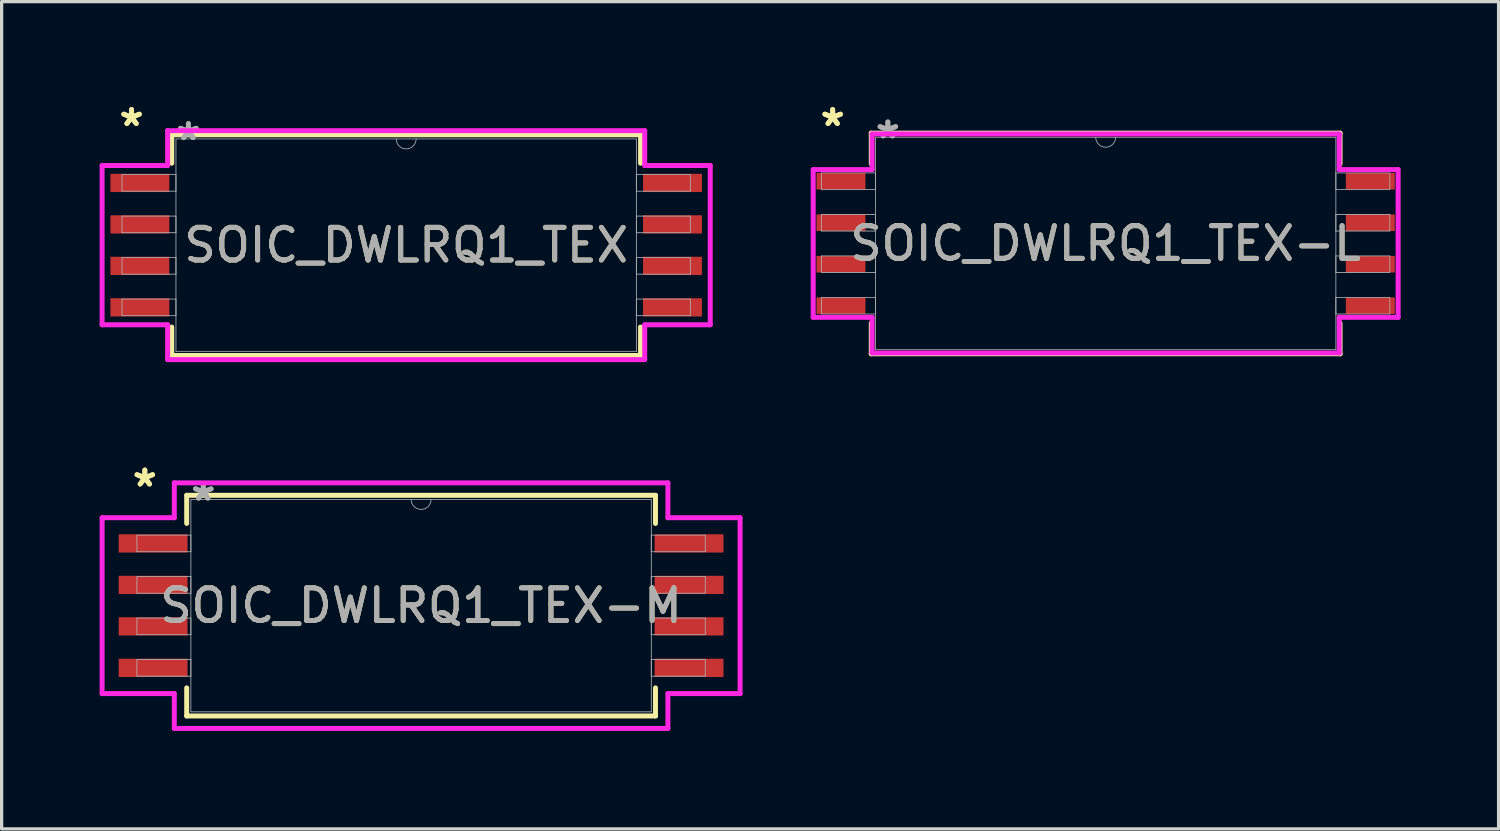
<source format=kicad_pcb>
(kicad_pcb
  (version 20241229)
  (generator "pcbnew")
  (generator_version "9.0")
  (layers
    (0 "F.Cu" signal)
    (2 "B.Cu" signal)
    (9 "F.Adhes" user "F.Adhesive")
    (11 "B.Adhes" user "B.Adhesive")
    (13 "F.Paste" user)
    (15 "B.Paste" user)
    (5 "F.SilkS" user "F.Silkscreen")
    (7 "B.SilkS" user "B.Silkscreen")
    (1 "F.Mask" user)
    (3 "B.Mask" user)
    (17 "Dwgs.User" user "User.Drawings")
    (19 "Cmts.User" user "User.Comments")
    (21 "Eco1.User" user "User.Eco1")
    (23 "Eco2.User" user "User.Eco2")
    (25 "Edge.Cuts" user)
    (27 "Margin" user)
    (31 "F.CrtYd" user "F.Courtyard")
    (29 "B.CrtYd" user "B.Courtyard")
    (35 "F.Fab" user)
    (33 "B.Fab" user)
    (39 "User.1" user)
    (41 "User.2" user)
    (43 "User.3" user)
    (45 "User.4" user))
  (footprint "SOIC_DWLRQ1_TEX-L"
    (layer "F.Cu")
    (at 30.8 4.404)
    (property "Reference" "SOIC_DWLRQ1_TEX-L" (at 0 0 0) (unlocked yes) (layer "F.SilkS") (effects (font (size 1 1) (thickness 0.15))))
    (attr smd)
    (fp_line (start -7.176 -3.378) (end -7.176 -2.44) (stroke (width 0.152) (type solid)) (layer "F.SilkS"))
    (fp_line (start -7.176 2.44) (end -7.176 3.378) (stroke (width 0.152) (type solid)) (layer "F.SilkS"))
    (fp_line (start -7.176 3.378) (end 7.176 3.378) (stroke (width 0.152) (type solid)) (layer "F.SilkS"))
    (fp_line (start 7.176 -3.378) (end -7.176 -3.378) (stroke (width 0.152) (type solid)) (layer "F.SilkS"))
    (fp_line (start 7.176 -2.44) (end 7.176 -3.378) (stroke (width 0.152) (type solid)) (layer "F.SilkS"))
    (fp_line (start 7.176 3.378) (end 7.176 2.44) (stroke (width 0.152) (type solid)) (layer "F.SilkS"))
    (fp_line (start -8.954 -2.261) (end -7.15 -2.261) (stroke (width 0.152) (type solid)) (layer "F.CrtYd"))
    (fp_line (start -8.954 2.261) (end -8.954 -2.261) (stroke (width 0.152) (type solid)) (layer "F.CrtYd"))
    (fp_line (start -8.954 2.261) (end -7.15 2.261) (stroke (width 0.152) (type solid)) (layer "F.CrtYd"))
    (fp_line (start -7.15 -3.353) (end 7.15 -3.353) (stroke (width 0.152) (type solid)) (layer "F.CrtYd"))
    (fp_line (start -7.15 -2.261) (end -7.15 -3.353) (stroke (width 0.152) (type solid)) (layer "F.CrtYd"))
    (fp_line (start -7.15 3.353) (end -7.15 2.261) (stroke (width 0.152) (type solid)) (layer "F.CrtYd"))
    (fp_line (start 7.15 -3.353) (end 7.15 -2.261) (stroke (width 0.152) (type solid)) (layer "F.CrtYd"))
    (fp_line (start 7.15 2.261) (end 7.15 3.353) (stroke (width 0.152) (type solid)) (layer "F.CrtYd"))
    (fp_line (start 7.15 3.353) (end -7.15 3.353) (stroke (width 0.152) (type solid)) (layer "F.CrtYd"))
    (fp_line (start 8.954 -2.261) (end 7.15 -2.261) (stroke (width 0.152) (type solid)) (layer "F.CrtYd"))
    (fp_line (start 8.954 -2.261) (end 8.954 2.261) (stroke (width 0.152) (type solid)) (layer "F.CrtYd"))
    (fp_line (start 8.954 2.261) (end 7.15 2.261) (stroke (width 0.152) (type solid)) (layer "F.CrtYd"))
    (fp_line (start -8.7 -2.159) (end -8.7 -1.651) (stroke (width 0.025) (type solid)) (layer "F.Fab"))
    (fp_line (start -8.7 -1.651) (end -7.048 -1.651) (stroke (width 0.025) (type solid)) (layer "F.Fab"))
    (fp_line (start -8.7 -0.889) (end -8.7 -0.381) (stroke (width 0.025) (type solid)) (layer "F.Fab"))
    (fp_line (start -8.7 -0.381) (end -7.048 -0.381) (stroke (width 0.025) (type solid)) (layer "F.Fab"))
    (fp_line (start -8.7 0.381) (end -8.7 0.889) (stroke (width 0.025) (type solid)) (layer "F.Fab"))
    (fp_line (start -8.7 0.889) (end -7.048 0.889) (stroke (width 0.025) (type solid)) (layer "F.Fab"))
    (fp_line (start -8.7 1.651) (end -8.7 2.159) (stroke (width 0.025) (type solid)) (layer "F.Fab"))
    (fp_line (start -8.7 2.159) (end -7.048 2.159) (stroke (width 0.025) (type solid)) (layer "F.Fab"))
    (fp_line (start -7.048 -3.251) (end -7.048 3.251) (stroke (width 0.025) (type solid)) (layer "F.Fab"))
    (fp_line (start -7.048 -2.159) (end -8.7 -2.159) (stroke (width 0.025) (type solid)) (layer "F.Fab"))
    (fp_line (start -7.048 -1.651) (end -7.048 -2.159) (stroke (width 0.025) (type solid)) (layer "F.Fab"))
    (fp_line (start -7.048 -0.889) (end -8.7 -0.889) (stroke (width 0.025) (type solid)) (layer "F.Fab"))
    (fp_line (start -7.048 -0.381) (end -7.048 -0.889) (stroke (width 0.025) (type solid)) (layer "F.Fab"))
    (fp_line (start -7.048 0.381) (end -8.7 0.381) (stroke (width 0.025) (type solid)) (layer "F.Fab"))
    (fp_line (start -7.048 0.889) (end -7.048 0.381) (stroke (width 0.025) (type solid)) (layer "F.Fab"))
    (fp_line (start -7.048 1.651) (end -8.7 1.651) (stroke (width 0.025) (type solid)) (layer "F.Fab"))
    (fp_line (start -7.048 2.159) (end -7.048 1.651) (stroke (width 0.025) (type solid)) (layer "F.Fab"))
    (fp_line (start -7.048 3.251) (end 7.048 3.251) (stroke (width 0.025) (type solid)) (layer "F.Fab"))
    (fp_line (start 7.048 -3.251) (end -7.048 -3.251) (stroke (width 0.025) (type solid)) (layer "F.Fab"))
    (fp_line (start 7.048 -2.159) (end 7.048 -1.651) (stroke (width 0.025) (type solid)) (layer "F.Fab"))
    (fp_line (start 7.048 -1.651) (end 8.7 -1.651) (stroke (width 0.025) (type solid)) (layer "F.Fab"))
    (fp_line (start 7.048 -0.889) (end 7.048 -0.381) (stroke (width 0.025) (type solid)) (layer "F.Fab"))
    (fp_line (start 7.048 -0.381) (end 8.7 -0.381) (stroke (width 0.025) (type solid)) (layer "F.Fab"))
    (fp_line (start 7.048 0.381) (end 7.048 0.889) (stroke (width 0.025) (type solid)) (layer "F.Fab"))
    (fp_line (start 7.048 0.889) (end 8.7 0.889) (stroke (width 0.025) (type solid)) (layer "F.Fab"))
    (fp_line (start 7.048 1.651) (end 7.048 2.159) (stroke (width 0.025) (type solid)) (layer "F.Fab"))
    (fp_line (start 7.048 2.159) (end 8.7 2.159) (stroke (width 0.025) (type solid)) (layer "F.Fab"))
    (fp_line (start 7.048 3.251) (end 7.048 -3.251) (stroke (width 0.025) (type solid)) (layer "F.Fab"))
    (fp_line (start 8.7 -2.159) (end 7.048 -2.159) (stroke (width 0.025) (type solid)) (layer "F.Fab"))
    (fp_line (start 8.7 -1.651) (end 8.7 -2.159) (stroke (width 0.025) (type solid)) (layer "F.Fab"))
    (fp_line (start 8.7 -0.889) (end 7.048 -0.889) (stroke (width 0.025) (type solid)) (layer "F.Fab"))
    (fp_line (start 8.7 -0.381) (end 8.7 -0.889) (stroke (width 0.025) (type solid)) (layer "F.Fab"))
    (fp_line (start 8.7 0.381) (end 7.048 0.381) (stroke (width 0.025) (type solid)) (layer "F.Fab"))
    (fp_line (start 8.7 0.889) (end 8.7 0.381) (stroke (width 0.025) (type solid)) (layer "F.Fab"))
    (fp_line (start 8.7 1.651) (end 7.048 1.651) (stroke (width 0.025) (type solid)) (layer "F.Fab"))
    (fp_line (start 8.7 2.159) (end 8.7 1.651) (stroke (width 0.025) (type solid)) (layer "F.Fab"))
    (fp_arc (start 0.3048 -3.2512) (mid 0 -2.9464) (end -0.3048 -3.2512) (stroke (width 0.0254) (type solid)) (layer "F.Fab"))
    (fp_text user "*" (at -8.357 -3.556 0) (unlocked yes) (layer "F.SilkS") (effects (font (size 1 1) (thickness 0.15))))
    (fp_text user "*" (at -8.357 -3.556 0) (layer "F.SilkS") (effects (font (size 1 1) (thickness 0.15))))
    (fp_text user "*" (at -6.668 -3.175 0) (layer "F.Fab") (effects (font (size 1 1) (thickness 0.15))))
    (fp_text user "*" (at -6.668 -3.175 0) (unlocked yes) (layer "F.Fab") (effects (font (size 1 1) (thickness 0.15))))
    (fp_text user "${REFERENCE}" (at 0 0 0) (unlocked yes) (layer "F.Fab") (effects (font (size 1 1) (thickness 0.15))))
    (pad "1" smd rect (at -8.103 -1.905) (size 1.499 0.508) (layers "F.Cu" "F.Mask" "F.Paste"))
    (pad "2" smd rect (at -8.103 -0.635) (size 1.499 0.508) (layers "F.Cu" "F.Mask" "F.Paste"))
    (pad "3" smd rect (at -8.103 0.635) (size 1.499 0.508) (layers "F.Cu" "F.Mask" "F.Paste"))
    (pad "4" smd rect (at -8.103 1.905) (size 1.499 0.508) (layers "F.Cu" "F.Mask" "F.Paste"))
    (pad "5" smd rect (at 8.103 1.905) (size 1.499 0.508) (layers "F.Cu" "F.Mask" "F.Paste"))
    (pad "6" smd rect (at 8.103 0.635) (size 1.499 0.508) (layers "F.Cu" "F.Mask" "F.Paste"))
    (pad "7" smd rect (at 8.103 -0.635) (size 1.499 0.508) (layers "F.Cu" "F.Mask" "F.Paste"))
    (pad "8" smd rect (at 8.103 -1.905) (size 1.499 0.508) (layers "F.Cu" "F.Mask" "F.Paste")))
  (footprint "SOIC_DWLRQ1_TEX-M"
    (layer "F.Cu")
    (at 9.842 15.492)
    (property "Reference" "SOIC_DWLRQ1_TEX-M" (at 0 0 0) (unlocked yes) (layer "F.SilkS") (effects (font (size 1 1) (thickness 0.15))))
    (attr smd)
    (fp_line (start -7.176 -3.378) (end -7.176 -2.517) (stroke (width 0.152) (type solid)) (layer "F.SilkS"))
    (fp_line (start -7.176 2.517) (end -7.176 3.378) (stroke (width 0.152) (type solid)) (layer "F.SilkS"))
    (fp_line (start -7.176 3.378) (end 7.176 3.378) (stroke (width 0.152) (type solid)) (layer "F.SilkS"))
    (fp_line (start 7.176 -3.378) (end -7.176 -3.378) (stroke (width 0.152) (type solid)) (layer "F.SilkS"))
    (fp_line (start 7.176 -2.517) (end 7.176 -3.378) (stroke (width 0.152) (type solid)) (layer "F.SilkS"))
    (fp_line (start 7.176 3.378) (end 7.176 2.517) (stroke (width 0.152) (type solid)) (layer "F.SilkS"))
    (fp_line (start -9.766 -2.692) (end -7.556 -2.692) (stroke (width 0.152) (type solid)) (layer "F.CrtYd"))
    (fp_line (start -9.766 2.692) (end -9.766 -2.692) (stroke (width 0.152) (type solid)) (layer "F.CrtYd"))
    (fp_line (start -9.766 2.692) (end -7.556 2.692) (stroke (width 0.152) (type solid)) (layer "F.CrtYd"))
    (fp_line (start -7.556 -3.759) (end 7.556 -3.759) (stroke (width 0.152) (type solid)) (layer "F.CrtYd"))
    (fp_line (start -7.556 -2.692) (end -7.556 -3.759) (stroke (width 0.152) (type solid)) (layer "F.CrtYd"))
    (fp_line (start -7.556 3.759) (end -7.556 2.692) (stroke (width 0.152) (type solid)) (layer "F.CrtYd"))
    (fp_line (start 7.556 -3.759) (end 7.556 -2.692) (stroke (width 0.152) (type solid)) (layer "F.CrtYd"))
    (fp_line (start 7.556 2.692) (end 7.556 3.759) (stroke (width 0.152) (type solid)) (layer "F.CrtYd"))
    (fp_line (start 7.556 3.759) (end -7.556 3.759) (stroke (width 0.152) (type solid)) (layer "F.CrtYd"))
    (fp_line (start 9.766 -2.692) (end 7.556 -2.692) (stroke (width 0.152) (type solid)) (layer "F.CrtYd"))
    (fp_line (start 9.766 -2.692) (end 9.766 2.692) (stroke (width 0.152) (type solid)) (layer "F.CrtYd"))
    (fp_line (start 9.766 2.692) (end 7.556 2.692) (stroke (width 0.152) (type solid)) (layer "F.CrtYd"))
    (fp_line (start -8.7 -2.159) (end -8.7 -1.651) (stroke (width 0.025) (type solid)) (layer "F.Fab"))
    (fp_line (start -8.7 -1.651) (end -7.048 -1.651) (stroke (width 0.025) (type solid)) (layer "F.Fab"))
    (fp_line (start -8.7 -0.889) (end -8.7 -0.381) (stroke (width 0.025) (type solid)) (layer "F.Fab"))
    (fp_line (start -8.7 -0.381) (end -7.048 -0.381) (stroke (width 0.025) (type solid)) (layer "F.Fab"))
    (fp_line (start -8.7 0.381) (end -8.7 0.889) (stroke (width 0.025) (type solid)) (layer "F.Fab"))
    (fp_line (start -8.7 0.889) (end -7.048 0.889) (stroke (width 0.025) (type solid)) (layer "F.Fab"))
    (fp_line (start -8.7 1.651) (end -8.7 2.159) (stroke (width 0.025) (type solid)) (layer "F.Fab"))
    (fp_line (start -8.7 2.159) (end -7.048 2.159) (stroke (width 0.025) (type solid)) (layer "F.Fab"))
    (fp_line (start -7.048 -3.251) (end -7.048 3.251) (stroke (width 0.025) (type solid)) (layer "F.Fab"))
    (fp_line (start -7.048 -2.159) (end -8.7 -2.159) (stroke (width 0.025) (type solid)) (layer "F.Fab"))
    (fp_line (start -7.048 -1.651) (end -7.048 -2.159) (stroke (width 0.025) (type solid)) (layer "F.Fab"))
    (fp_line (start -7.048 -0.889) (end -8.7 -0.889) (stroke (width 0.025) (type solid)) (layer "F.Fab"))
    (fp_line (start -7.048 -0.381) (end -7.048 -0.889) (stroke (width 0.025) (type solid)) (layer "F.Fab"))
    (fp_line (start -7.048 0.381) (end -8.7 0.381) (stroke (width 0.025) (type solid)) (layer "F.Fab"))
    (fp_line (start -7.048 0.889) (end -7.048 0.381) (stroke (width 0.025) (type solid)) (layer "F.Fab"))
    (fp_line (start -7.048 1.651) (end -8.7 1.651) (stroke (width 0.025) (type solid)) (layer "F.Fab"))
    (fp_line (start -7.048 2.159) (end -7.048 1.651) (stroke (width 0.025) (type solid)) (layer "F.Fab"))
    (fp_line (start -7.048 3.251) (end 7.048 3.251) (stroke (width 0.025) (type solid)) (layer "F.Fab"))
    (fp_line (start 7.048 -3.251) (end -7.048 -3.251) (stroke (width 0.025) (type solid)) (layer "F.Fab"))
    (fp_line (start 7.048 -2.159) (end 7.048 -1.651) (stroke (width 0.025) (type solid)) (layer "F.Fab"))
    (fp_line (start 7.048 -1.651) (end 8.7 -1.651) (stroke (width 0.025) (type solid)) (layer "F.Fab"))
    (fp_line (start 7.048 -0.889) (end 7.048 -0.381) (stroke (width 0.025) (type solid)) (layer "F.Fab"))
    (fp_line (start 7.048 -0.381) (end 8.7 -0.381) (stroke (width 0.025) (type solid)) (layer "F.Fab"))
    (fp_line (start 7.048 0.381) (end 7.048 0.889) (stroke (width 0.025) (type solid)) (layer "F.Fab"))
    (fp_line (start 7.048 0.889) (end 8.7 0.889) (stroke (width 0.025) (type solid)) (layer "F.Fab"))
    (fp_line (start 7.048 1.651) (end 7.048 2.159) (stroke (width 0.025) (type solid)) (layer "F.Fab"))
    (fp_line (start 7.048 2.159) (end 8.7 2.159) (stroke (width 0.025) (type solid)) (layer "F.Fab"))
    (fp_line (start 7.048 3.251) (end 7.048 -3.251) (stroke (width 0.025) (type solid)) (layer "F.Fab"))
    (fp_line (start 8.7 -2.159) (end 7.048 -2.159) (stroke (width 0.025) (type solid)) (layer "F.Fab"))
    (fp_line (start 8.7 -1.651) (end 8.7 -2.159) (stroke (width 0.025) (type solid)) (layer "F.Fab"))
    (fp_line (start 8.7 -0.889) (end 7.048 -0.889) (stroke (width 0.025) (type solid)) (layer "F.Fab"))
    (fp_line (start 8.7 -0.381) (end 8.7 -0.889) (stroke (width 0.025) (type solid)) (layer "F.Fab"))
    (fp_line (start 8.7 0.381) (end 7.048 0.381) (stroke (width 0.025) (type solid)) (layer "F.Fab"))
    (fp_line (start 8.7 0.889) (end 8.7 0.381) (stroke (width 0.025) (type solid)) (layer "F.Fab"))
    (fp_line (start 8.7 1.651) (end 7.048 1.651) (stroke (width 0.025) (type solid)) (layer "F.Fab"))
    (fp_line (start 8.7 2.159) (end 8.7 1.651) (stroke (width 0.025) (type solid)) (layer "F.Fab"))
    (fp_arc (start 0.3048 -3.2512) (mid 0 -2.9464) (end -0.3048 -3.2512) (stroke (width 0.0254) (type solid)) (layer "F.Fab"))
    (fp_text user "*" (at -8.458 -3.607 0) (layer "F.SilkS") (effects (font (size 1 1) (thickness 0.15))))
    (fp_text user "*" (at -8.458 -3.607 0) (unlocked yes) (layer "F.SilkS") (effects (font (size 1 1) (thickness 0.15))))
    (fp_text user "*" (at -6.668 -3.175 0) (unlocked yes) (layer "F.Fab") (effects (font (size 1 1) (thickness 0.15))))
    (fp_text user "${REFERENCE}" (at 0 0 0) (unlocked yes) (layer "F.Fab") (effects (font (size 1 1) (thickness 0.15))))
    (fp_text user "*" (at -6.668 -3.175 0) (layer "F.Fab") (effects (font (size 1 1) (thickness 0.15))))
    (pad "1" smd rect (at -8.204 -1.905) (size 2.108 0.559) (layers "F.Cu" "F.Mask" "F.Paste"))
    (pad "2" smd rect (at -8.204 -0.635) (size 2.108 0.559) (layers "F.Cu" "F.Mask" "F.Paste"))
    (pad "3" smd rect (at -8.204 0.635) (size 2.108 0.559) (layers "F.Cu" "F.Mask" "F.Paste"))
    (pad "4" smd rect (at -8.204 1.905) (size 2.108 0.559) (layers "F.Cu" "F.Mask" "F.Paste"))
    (pad "5" smd rect (at 8.204 1.905) (size 2.108 0.559) (layers "F.Cu" "F.Mask" "F.Paste"))
    (pad "6" smd rect (at 8.204 0.635) (size 2.108 0.559) (layers "F.Cu" "F.Mask" "F.Paste"))
    (pad "7" smd rect (at 8.204 -0.635) (size 2.108 0.559) (layers "F.Cu" "F.Mask" "F.Paste"))
    (pad "8" smd rect (at 8.204 -1.905) (size 2.108 0.559) (layers "F.Cu" "F.Mask" "F.Paste")))
  (footprint "SOIC_DWLRQ1_TEX"
    (layer "F.Cu")
    (at 9.385 4.455)
    (property "Reference" "SOIC_DWLRQ1_TEX" (at 0 0 0) (unlocked yes) (layer "F.SilkS") (effects (font (size 1 1) (thickness 0.15))))
    (attr smd)
    (fp_line (start -7.176 -3.378) (end -7.176 -2.508) (stroke (width 0.152) (type solid)) (layer "F.SilkS"))
    (fp_line (start -7.176 2.508) (end -7.176 3.378) (stroke (width 0.152) (type solid)) (layer "F.SilkS"))
    (fp_line (start -7.176 3.378) (end 7.176 3.378) (stroke (width 0.152) (type solid)) (layer "F.SilkS"))
    (fp_line (start 7.176 -3.378) (end -7.176 -3.378) (stroke (width 0.152) (type solid)) (layer "F.SilkS"))
    (fp_line (start 7.176 -2.508) (end 7.176 -3.378) (stroke (width 0.152) (type solid)) (layer "F.SilkS"))
    (fp_line (start 7.176 3.378) (end 7.176 2.508) (stroke (width 0.152) (type solid)) (layer "F.SilkS"))
    (fp_line (start -9.309 -2.438) (end -7.303 -2.438) (stroke (width 0.152) (type solid)) (layer "F.CrtYd"))
    (fp_line (start -9.309 2.438) (end -9.309 -2.438) (stroke (width 0.152) (type solid)) (layer "F.CrtYd"))
    (fp_line (start -9.309 2.438) (end -7.303 2.438) (stroke (width 0.152) (type solid)) (layer "F.CrtYd"))
    (fp_line (start -7.303 -3.505) (end 7.303 -3.505) (stroke (width 0.152) (type solid)) (layer "F.CrtYd"))
    (fp_line (start -7.303 -2.438) (end -7.303 -3.505) (stroke (width 0.152) (type solid)) (layer "F.CrtYd"))
    (fp_line (start -7.303 3.505) (end -7.303 2.438) (stroke (width 0.152) (type solid)) (layer "F.CrtYd"))
    (fp_line (start 7.303 -3.505) (end 7.303 -2.438) (stroke (width 0.152) (type solid)) (layer "F.CrtYd"))
    (fp_line (start 7.303 2.438) (end 7.303 3.505) (stroke (width 0.152) (type solid)) (layer "F.CrtYd"))
    (fp_line (start 7.303 3.505) (end -7.303 3.505) (stroke (width 0.152) (type solid)) (layer "F.CrtYd"))
    (fp_line (start 9.309 -2.438) (end 7.303 -2.438) (stroke (width 0.152) (type solid)) (layer "F.CrtYd"))
    (fp_line (start 9.309 -2.438) (end 9.309 2.438) (stroke (width 0.152) (type solid)) (layer "F.CrtYd"))
    (fp_line (start 9.309 2.438) (end 7.303 2.438) (stroke (width 0.152) (type solid)) (layer "F.CrtYd"))
    (fp_line (start -8.7 -2.159) (end -8.7 -1.651) (stroke (width 0.025) (type solid)) (layer "F.Fab"))
    (fp_line (start -8.7 -1.651) (end -7.048 -1.651) (stroke (width 0.025) (type solid)) (layer "F.Fab"))
    (fp_line (start -8.7 -0.889) (end -8.7 -0.381) (stroke (width 0.025) (type solid)) (layer "F.Fab"))
    (fp_line (start -8.7 -0.381) (end -7.048 -0.381) (stroke (width 0.025) (type solid)) (layer "F.Fab"))
    (fp_line (start -8.7 0.381) (end -8.7 0.889) (stroke (width 0.025) (type solid)) (layer "F.Fab"))
    (fp_line (start -8.7 0.889) (end -7.048 0.889) (stroke (width 0.025) (type solid)) (layer "F.Fab"))
    (fp_line (start -8.7 1.651) (end -8.7 2.159) (stroke (width 0.025) (type solid)) (layer "F.Fab"))
    (fp_line (start -8.7 2.159) (end -7.048 2.159) (stroke (width 0.025) (type solid)) (layer "F.Fab"))
    (fp_line (start -7.048 -3.251) (end -7.048 3.251) (stroke (width 0.025) (type solid)) (layer "F.Fab"))
    (fp_line (start -7.048 -2.159) (end -8.7 -2.159) (stroke (width 0.025) (type solid)) (layer "F.Fab"))
    (fp_line (start -7.048 -1.651) (end -7.048 -2.159) (stroke (width 0.025) (type solid)) (layer "F.Fab"))
    (fp_line (start -7.048 -0.889) (end -8.7 -0.889) (stroke (width 0.025) (type solid)) (layer "F.Fab"))
    (fp_line (start -7.048 -0.381) (end -7.048 -0.889) (stroke (width 0.025) (type solid)) (layer "F.Fab"))
    (fp_line (start -7.048 0.381) (end -8.7 0.381) (stroke (width 0.025) (type solid)) (layer "F.Fab"))
    (fp_line (start -7.048 0.889) (end -7.048 0.381) (stroke (width 0.025) (type solid)) (layer "F.Fab"))
    (fp_line (start -7.048 1.651) (end -8.7 1.651) (stroke (width 0.025) (type solid)) (layer "F.Fab"))
    (fp_line (start -7.048 2.159) (end -7.048 1.651) (stroke (width 0.025) (type solid)) (layer "F.Fab"))
    (fp_line (start -7.048 3.251) (end 7.048 3.251) (stroke (width 0.025) (type solid)) (layer "F.Fab"))
    (fp_line (start 7.048 -3.251) (end -7.048 -3.251) (stroke (width 0.025) (type solid)) (layer "F.Fab"))
    (fp_line (start 7.048 -2.159) (end 7.048 -1.651) (stroke (width 0.025) (type solid)) (layer "F.Fab"))
    (fp_line (start 7.048 -1.651) (end 8.7 -1.651) (stroke (width 0.025) (type solid)) (layer "F.Fab"))
    (fp_line (start 7.048 -0.889) (end 7.048 -0.381) (stroke (width 0.025) (type solid)) (layer "F.Fab"))
    (fp_line (start 7.048 -0.381) (end 8.7 -0.381) (stroke (width 0.025) (type solid)) (layer "F.Fab"))
    (fp_line (start 7.048 0.381) (end 7.048 0.889) (stroke (width 0.025) (type solid)) (layer "F.Fab"))
    (fp_line (start 7.048 0.889) (end 8.7 0.889) (stroke (width 0.025) (type solid)) (layer "F.Fab"))
    (fp_line (start 7.048 1.651) (end 7.048 2.159) (stroke (width 0.025) (type solid)) (layer "F.Fab"))
    (fp_line (start 7.048 2.159) (end 8.7 2.159) (stroke (width 0.025) (type solid)) (layer "F.Fab"))
    (fp_line (start 7.048 3.251) (end 7.048 -3.251) (stroke (width 0.025) (type solid)) (layer "F.Fab"))
    (fp_line (start 8.7 -2.159) (end 7.048 -2.159) (stroke (width 0.025) (type solid)) (layer "F.Fab"))
    (fp_line (start 8.7 -1.651) (end 8.7 -2.159) (stroke (width 0.025) (type solid)) (layer "F.Fab"))
    (fp_line (start 8.7 -0.889) (end 7.048 -0.889) (stroke (width 0.025) (type solid)) (layer "F.Fab"))
    (fp_line (start 8.7 -0.381) (end 8.7 -0.889) (stroke (width 0.025) (type solid)) (layer "F.Fab"))
    (fp_line (start 8.7 0.381) (end 7.048 0.381) (stroke (width 0.025) (type solid)) (layer "F.Fab"))
    (fp_line (start 8.7 0.889) (end 8.7 0.381) (stroke (width 0.025) (type solid)) (layer "F.Fab"))
    (fp_line (start 8.7 1.651) (end 7.048 1.651) (stroke (width 0.025) (type solid)) (layer "F.Fab"))
    (fp_line (start 8.7 2.159) (end 8.7 1.651) (stroke (width 0.025) (type solid)) (layer "F.Fab"))
    (fp_arc (start 0.3048 -3.2512) (mid 0 -2.9464) (end -0.3048 -3.2512) (stroke (width 0.0254) (type solid)) (layer "F.Fab"))
    (fp_text user "*" (at -8.407 -3.607 0) (unlocked yes) (layer "F.SilkS") (effects (font (size 1 1) (thickness 0.15))))
    (fp_text user "*" (at -8.407 -3.607 0) (layer "F.SilkS") (effects (font (size 1 1) (thickness 0.15))))
    (fp_text user "*" (at -6.668 -3.175 0) (layer "F.Fab") (effects (font (size 1 1) (thickness 0.15))))
    (fp_text user "*" (at -6.668 -3.175 0) (unlocked yes) (layer "F.Fab") (effects (font (size 1 1) (thickness 0.15))))
    (fp_text user "${REFERENCE}" (at 0 0 0) (unlocked yes) (layer "F.Fab") (effects (font (size 1 1) (thickness 0.15))))
    (pad "1" smd rect (at -8.153 -1.905) (size 1.803 0.559) (layers "F.Cu" "F.Mask" "F.Paste"))
    (pad "2" smd rect (at -8.153 -0.635) (size 1.803 0.559) (layers "F.Cu" "F.Mask" "F.Paste"))
    (pad "3" smd rect (at -8.153 0.635) (size 1.803 0.559) (layers "F.Cu" "F.Mask" "F.Paste"))
    (pad "4" smd rect (at -8.153 1.905) (size 1.803 0.559) (layers "F.Cu" "F.Mask" "F.Paste"))
    (pad "5" smd rect (at 8.153 1.905) (size 1.803 0.559) (layers "F.Cu" "F.Mask" "F.Paste"))
    (pad "6" smd rect (at 8.153 0.635) (size 1.803 0.559) (layers "F.Cu" "F.Mask" "F.Paste"))
    (pad "7" smd rect (at 8.153 -0.635) (size 1.803 0.559) (layers "F.Cu" "F.Mask" "F.Paste"))
    (pad "8" smd rect (at 8.153 -1.905) (size 1.803 0.559) (layers "F.Cu" "F.Mask" "F.Paste")))
  (gr_rect
    (start -3 -3)
    (end 42.83 22.327)
    (stroke (width 0.1) (type default))
    (fill no)
    (layer "Edge.Cuts")))
</source>
